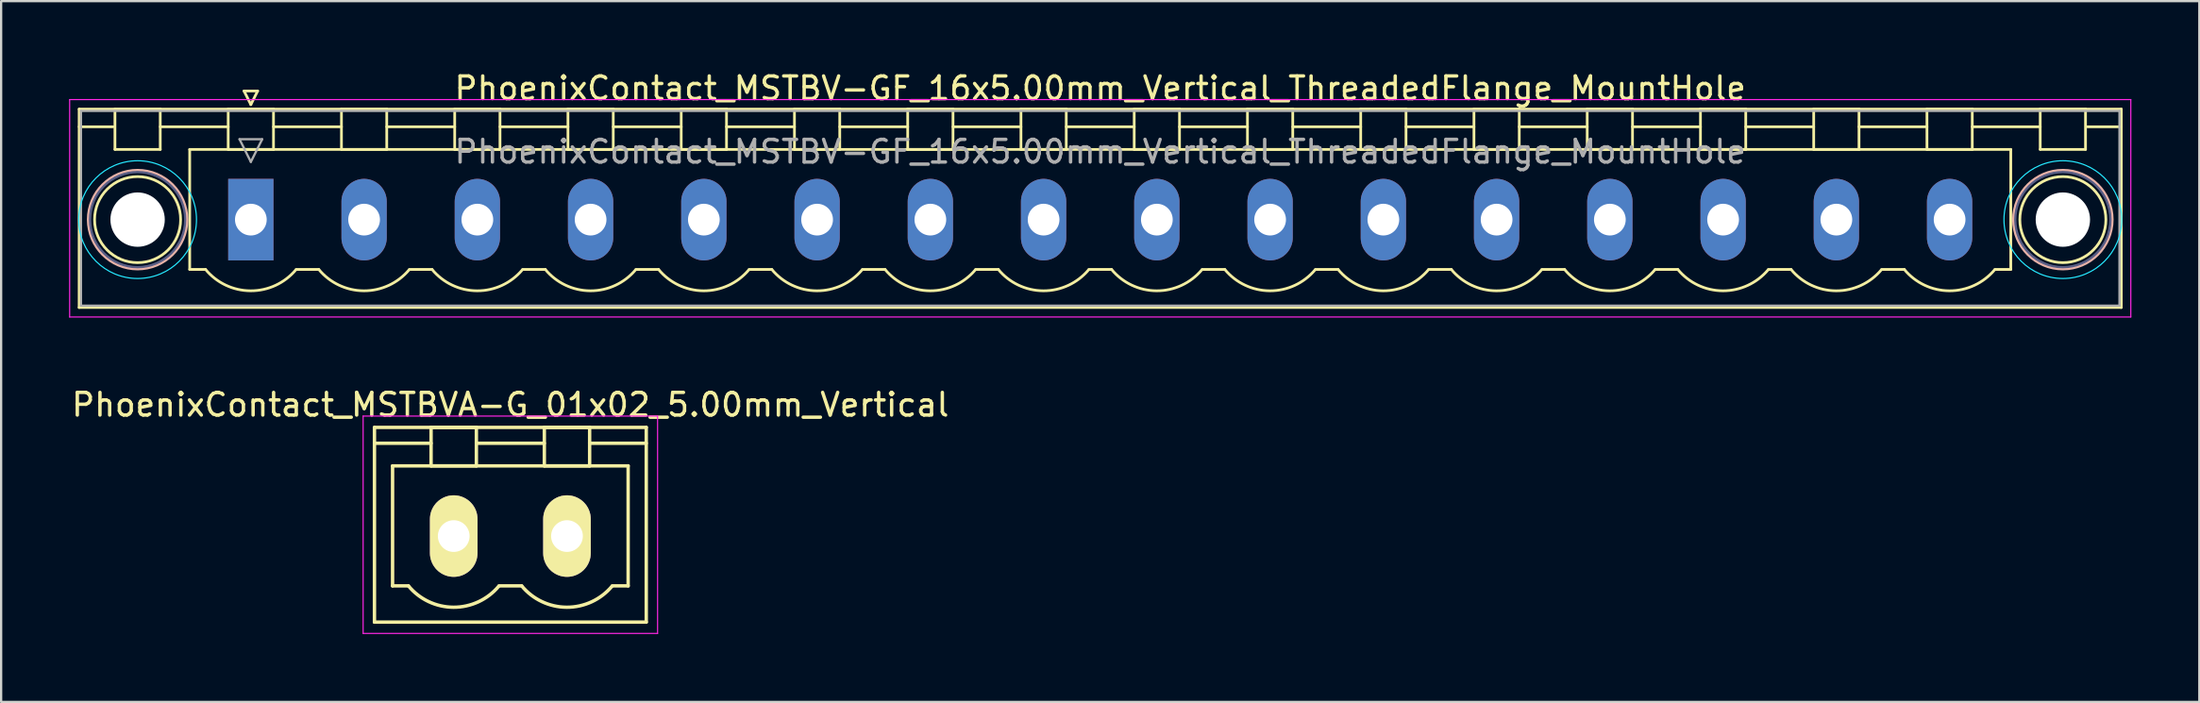
<source format=kicad_pcb>
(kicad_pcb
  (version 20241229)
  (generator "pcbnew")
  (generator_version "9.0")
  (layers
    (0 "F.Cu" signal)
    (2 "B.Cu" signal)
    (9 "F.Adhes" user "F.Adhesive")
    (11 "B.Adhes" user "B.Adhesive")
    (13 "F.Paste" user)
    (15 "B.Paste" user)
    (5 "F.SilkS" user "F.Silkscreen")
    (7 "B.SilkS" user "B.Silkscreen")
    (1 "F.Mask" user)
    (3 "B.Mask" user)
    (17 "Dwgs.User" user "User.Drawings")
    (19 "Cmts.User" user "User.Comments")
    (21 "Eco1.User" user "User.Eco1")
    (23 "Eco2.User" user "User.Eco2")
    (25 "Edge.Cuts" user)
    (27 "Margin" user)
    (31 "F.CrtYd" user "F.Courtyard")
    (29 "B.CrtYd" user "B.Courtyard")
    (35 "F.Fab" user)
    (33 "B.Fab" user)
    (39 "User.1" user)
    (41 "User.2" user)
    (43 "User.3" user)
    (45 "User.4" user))
  (footprint "PhoenixContact_MSTBV-GF_16x5.00mm_Vertical_ThreadedFlange_MountHole"
    (layer "F.Cu")
    (at 8.025 6.648)
    (property "Reference" "PhoenixContact_MSTBV-GF_16x5.00mm_Vertical_ThreadedFlange_MountHole" (at 37.5 -5.8 0) (layer "F.SilkS") (effects (font (size 1 1) (thickness 0.15))))
    (attr through_hole)
    (fp_line (start -7.58 -4.88) (end -7.58 3.88) (stroke (width 0.12) (type solid)) (layer "F.SilkS"))
    (fp_line (start -7.58 -4.1) (end -6.08 -4.1) (stroke (width 0.12) (type solid)) (layer "F.SilkS"))
    (fp_line (start -7.58 3.88) (end 82.58 3.88) (stroke (width 0.12) (type solid)) (layer "F.SilkS"))
    (fp_line (start -6 -4.88) (end -4 -4.88) (stroke (width 0.12) (type solid)) (layer "F.SilkS"))
    (fp_line (start -6 -3.1) (end -6 -4.88) (stroke (width 0.12) (type solid)) (layer "F.SilkS"))
    (fp_line (start -4 -4.88) (end -4 -3.1) (stroke (width 0.12) (type solid)) (layer "F.SilkS"))
    (fp_line (start -4 -4.1) (end -1 -4.1) (stroke (width 0.12) (type solid)) (layer "F.SilkS"))
    (fp_line (start -4 -3.1) (end -6 -3.1) (stroke (width 0.12) (type solid)) (layer "F.SilkS"))
    (fp_line (start -2.7 -3.1) (end 77.7 -3.1) (stroke (width 0.12) (type solid)) (layer "F.SilkS"))
    (fp_line (start -2.7 2.2) (end -2.7 -3.1) (stroke (width 0.12) (type solid)) (layer "F.SilkS"))
    (fp_line (start -2 2.2) (end -2.7 2.2) (stroke (width 0.12) (type solid)) (layer "F.SilkS"))
    (fp_line (start -1 -4.88) (end 1 -4.88) (stroke (width 0.12) (type solid)) (layer "F.SilkS"))
    (fp_line (start -1 -3.1) (end -1 -4.88) (stroke (width 0.12) (type solid)) (layer "F.SilkS"))
    (fp_line (start -0.3 -5.68) (end 0.3 -5.68) (stroke (width 0.12) (type solid)) (layer "F.SilkS"))
    (fp_line (start 0 -5.08) (end -0.3 -5.68) (stroke (width 0.12) (type solid)) (layer "F.SilkS"))
    (fp_line (start 0.3 -5.68) (end 0 -5.08) (stroke (width 0.12) (type solid)) (layer "F.SilkS"))
    (fp_line (start 1 -4.88) (end 1 -3.1) (stroke (width 0.12) (type solid)) (layer "F.SilkS"))
    (fp_line (start 1 -4.1) (end 4 -4.1) (stroke (width 0.12) (type solid)) (layer "F.SilkS"))
    (fp_line (start 1 -3.1) (end -1 -3.1) (stroke (width 0.12) (type solid)) (layer "F.SilkS"))
    (fp_line (start 2 2.2) (end 3 2.2) (stroke (width 0.12) (type solid)) (layer "F.SilkS"))
    (fp_line (start 4 -4.88) (end 6 -4.88) (stroke (width 0.12) (type solid)) (layer "F.SilkS"))
    (fp_line (start 4 -3.1) (end 4 -4.88) (stroke (width 0.12) (type solid)) (layer "F.SilkS"))
    (fp_line (start 6 -4.88) (end 6 -3.1) (stroke (width 0.12) (type solid)) (layer "F.SilkS"))
    (fp_line (start 6 -4.1) (end 9 -4.1) (stroke (width 0.12) (type solid)) (layer "F.SilkS"))
    (fp_line (start 6 -3.1) (end 4 -3.1) (stroke (width 0.12) (type solid)) (layer "F.SilkS"))
    (fp_line (start 7 2.2) (end 8 2.2) (stroke (width 0.12) (type solid)) (layer "F.SilkS"))
    (fp_line (start 9 -4.88) (end 11 -4.88) (stroke (width 0.12) (type solid)) (layer "F.SilkS"))
    (fp_line (start 9 -3.1) (end 9 -4.88) (stroke (width 0.12) (type solid)) (layer "F.SilkS"))
    (fp_line (start 11 -4.88) (end 11 -3.1) (stroke (width 0.12) (type solid)) (layer "F.SilkS"))
    (fp_line (start 11 -4.1) (end 14 -4.1) (stroke (width 0.12) (type solid)) (layer "F.SilkS"))
    (fp_line (start 11 -3.1) (end 9 -3.1) (stroke (width 0.12) (type solid)) (layer "F.SilkS"))
    (fp_line (start 12 2.2) (end 13 2.2) (stroke (width 0.12) (type solid)) (layer "F.SilkS"))
    (fp_line (start 14 -4.88) (end 16 -4.88) (stroke (width 0.12) (type solid)) (layer "F.SilkS"))
    (fp_line (start 14 -3.1) (end 14 -4.88) (stroke (width 0.12) (type solid)) (layer "F.SilkS"))
    (fp_line (start 16 -4.88) (end 16 -3.1) (stroke (width 0.12) (type solid)) (layer "F.SilkS"))
    (fp_line (start 16 -4.1) (end 19 -4.1) (stroke (width 0.12) (type solid)) (layer "F.SilkS"))
    (fp_line (start 16 -3.1) (end 14 -3.1) (stroke (width 0.12) (type solid)) (layer "F.SilkS"))
    (fp_line (start 17 2.2) (end 18 2.2) (stroke (width 0.12) (type solid)) (layer "F.SilkS"))
    (fp_line (start 19 -4.88) (end 21 -4.88) (stroke (width 0.12) (type solid)) (layer "F.SilkS"))
    (fp_line (start 19 -3.1) (end 19 -4.88) (stroke (width 0.12) (type solid)) (layer "F.SilkS"))
    (fp_line (start 21 -4.88) (end 21 -3.1) (stroke (width 0.12) (type solid)) (layer "F.SilkS"))
    (fp_line (start 21 -4.1) (end 24 -4.1) (stroke (width 0.12) (type solid)) (layer "F.SilkS"))
    (fp_line (start 21 -3.1) (end 19 -3.1) (stroke (width 0.12) (type solid)) (layer "F.SilkS"))
    (fp_line (start 22 2.2) (end 23 2.2) (stroke (width 0.12) (type solid)) (layer "F.SilkS"))
    (fp_line (start 24 -4.88) (end 26 -4.88) (stroke (width 0.12) (type solid)) (layer "F.SilkS"))
    (fp_line (start 24 -3.1) (end 24 -4.88) (stroke (width 0.12) (type solid)) (layer "F.SilkS"))
    (fp_line (start 26 -4.88) (end 26 -3.1) (stroke (width 0.12) (type solid)) (layer "F.SilkS"))
    (fp_line (start 26 -4.1) (end 29 -4.1) (stroke (width 0.12) (type solid)) (layer "F.SilkS"))
    (fp_line (start 26 -3.1) (end 24 -3.1) (stroke (width 0.12) (type solid)) (layer "F.SilkS"))
    (fp_line (start 27 2.2) (end 28 2.2) (stroke (width 0.12) (type solid)) (layer "F.SilkS"))
    (fp_line (start 29 -4.88) (end 31 -4.88) (stroke (width 0.12) (type solid)) (layer "F.SilkS"))
    (fp_line (start 29 -3.1) (end 29 -4.88) (stroke (width 0.12) (type solid)) (layer "F.SilkS"))
    (fp_line (start 31 -4.88) (end 31 -3.1) (stroke (width 0.12) (type solid)) (layer "F.SilkS"))
    (fp_line (start 31 -4.1) (end 34 -4.1) (stroke (width 0.12) (type solid)) (layer "F.SilkS"))
    (fp_line (start 31 -3.1) (end 29 -3.1) (stroke (width 0.12) (type solid)) (layer "F.SilkS"))
    (fp_line (start 32 2.2) (end 33 2.2) (stroke (width 0.12) (type solid)) (layer "F.SilkS"))
    (fp_line (start 34 -4.88) (end 36 -4.88) (stroke (width 0.12) (type solid)) (layer "F.SilkS"))
    (fp_line (start 34 -3.1) (end 34 -4.88) (stroke (width 0.12) (type solid)) (layer "F.SilkS"))
    (fp_line (start 36 -4.88) (end 36 -3.1) (stroke (width 0.12) (type solid)) (layer "F.SilkS"))
    (fp_line (start 36 -4.1) (end 39 -4.1) (stroke (width 0.12) (type solid)) (layer "F.SilkS"))
    (fp_line (start 36 -3.1) (end 34 -3.1) (stroke (width 0.12) (type solid)) (layer "F.SilkS"))
    (fp_line (start 37 2.2) (end 38 2.2) (stroke (width 0.12) (type solid)) (layer "F.SilkS"))
    (fp_line (start 39 -4.88) (end 41 -4.88) (stroke (width 0.12) (type solid)) (layer "F.SilkS"))
    (fp_line (start 39 -3.1) (end 39 -4.88) (stroke (width 0.12) (type solid)) (layer "F.SilkS"))
    (fp_line (start 41 -4.88) (end 41 -3.1) (stroke (width 0.12) (type solid)) (layer "F.SilkS"))
    (fp_line (start 41 -4.1) (end 44 -4.1) (stroke (width 0.12) (type solid)) (layer "F.SilkS"))
    (fp_line (start 41 -3.1) (end 39 -3.1) (stroke (width 0.12) (type solid)) (layer "F.SilkS"))
    (fp_line (start 42 2.2) (end 43 2.2) (stroke (width 0.12) (type solid)) (layer "F.SilkS"))
    (fp_line (start 44 -4.88) (end 46 -4.88) (stroke (width 0.12) (type solid)) (layer "F.SilkS"))
    (fp_line (start 44 -3.1) (end 44 -4.88) (stroke (width 0.12) (type solid)) (layer "F.SilkS"))
    (fp_line (start 46 -4.88) (end 46 -3.1) (stroke (width 0.12) (type solid)) (layer "F.SilkS"))
    (fp_line (start 46 -4.1) (end 49 -4.1) (stroke (width 0.12) (type solid)) (layer "F.SilkS"))
    (fp_line (start 46 -3.1) (end 44 -3.1) (stroke (width 0.12) (type solid)) (layer "F.SilkS"))
    (fp_line (start 47 2.2) (end 48 2.2) (stroke (width 0.12) (type solid)) (layer "F.SilkS"))
    (fp_line (start 49 -4.88) (end 51 -4.88) (stroke (width 0.12) (type solid)) (layer "F.SilkS"))
    (fp_line (start 49 -3.1) (end 49 -4.88) (stroke (width 0.12) (type solid)) (layer "F.SilkS"))
    (fp_line (start 51 -4.88) (end 51 -3.1) (stroke (width 0.12) (type solid)) (layer "F.SilkS"))
    (fp_line (start 51 -4.1) (end 54 -4.1) (stroke (width 0.12) (type solid)) (layer "F.SilkS"))
    (fp_line (start 51 -3.1) (end 49 -3.1) (stroke (width 0.12) (type solid)) (layer "F.SilkS"))
    (fp_line (start 52 2.2) (end 53 2.2) (stroke (width 0.12) (type solid)) (layer "F.SilkS"))
    (fp_line (start 54 -4.88) (end 56 -4.88) (stroke (width 0.12) (type solid)) (layer "F.SilkS"))
    (fp_line (start 54 -3.1) (end 54 -4.88) (stroke (width 0.12) (type solid)) (layer "F.SilkS"))
    (fp_line (start 56 -4.88) (end 56 -3.1) (stroke (width 0.12) (type solid)) (layer "F.SilkS"))
    (fp_line (start 56 -4.1) (end 59 -4.1) (stroke (width 0.12) (type solid)) (layer "F.SilkS"))
    (fp_line (start 56 -3.1) (end 54 -3.1) (stroke (width 0.12) (type solid)) (layer "F.SilkS"))
    (fp_line (start 57 2.2) (end 58 2.2) (stroke (width 0.12) (type solid)) (layer "F.SilkS"))
    (fp_line (start 59 -4.88) (end 61 -4.88) (stroke (width 0.12) (type solid)) (layer "F.SilkS"))
    (fp_line (start 59 -3.1) (end 59 -4.88) (stroke (width 0.12) (type solid)) (layer "F.SilkS"))
    (fp_line (start 61 -4.88) (end 61 -3.1) (stroke (width 0.12) (type solid)) (layer "F.SilkS"))
    (fp_line (start 61 -4.1) (end 64 -4.1) (stroke (width 0.12) (type solid)) (layer "F.SilkS"))
    (fp_line (start 61 -3.1) (end 59 -3.1) (stroke (width 0.12) (type solid)) (layer "F.SilkS"))
    (fp_line (start 62 2.2) (end 63 2.2) (stroke (width 0.12) (type solid)) (layer "F.SilkS"))
    (fp_line (start 64 -4.88) (end 66 -4.88) (stroke (width 0.12) (type solid)) (layer "F.SilkS"))
    (fp_line (start 64 -3.1) (end 64 -4.88) (stroke (width 0.12) (type solid)) (layer "F.SilkS"))
    (fp_line (start 66 -4.88) (end 66 -3.1) (stroke (width 0.12) (type solid)) (layer "F.SilkS"))
    (fp_line (start 66 -4.1) (end 69 -4.1) (stroke (width 0.12) (type solid)) (layer "F.SilkS"))
    (fp_line (start 66 -3.1) (end 64 -3.1) (stroke (width 0.12) (type solid)) (layer "F.SilkS"))
    (fp_line (start 67 2.2) (end 68 2.2) (stroke (width 0.12) (type solid)) (layer "F.SilkS"))
    (fp_line (start 69 -4.88) (end 71 -4.88) (stroke (width 0.12) (type solid)) (layer "F.SilkS"))
    (fp_line (start 69 -3.1) (end 69 -4.88) (stroke (width 0.12) (type solid)) (layer "F.SilkS"))
    (fp_line (start 71 -4.88) (end 71 -3.1) (stroke (width 0.12) (type solid)) (layer "F.SilkS"))
    (fp_line (start 71 -4.1) (end 74 -4.1) (stroke (width 0.12) (type solid)) (layer "F.SilkS"))
    (fp_line (start 71 -3.1) (end 69 -3.1) (stroke (width 0.12) (type solid)) (layer "F.SilkS"))
    (fp_line (start 72 2.2) (end 73 2.2) (stroke (width 0.12) (type solid)) (layer "F.SilkS"))
    (fp_line (start 74 -4.88) (end 76 -4.88) (stroke (width 0.12) (type solid)) (layer "F.SilkS"))
    (fp_line (start 74 -3.1) (end 74 -4.88) (stroke (width 0.12) (type solid)) (layer "F.SilkS"))
    (fp_line (start 76 -4.88) (end 76 -3.1) (stroke (width 0.12) (type solid)) (layer "F.SilkS"))
    (fp_line (start 76 -4.1) (end 79 -4.1) (stroke (width 0.12) (type solid)) (layer "F.SilkS"))
    (fp_line (start 76 -3.1) (end 74 -3.1) (stroke (width 0.12) (type solid)) (layer "F.SilkS"))
    (fp_line (start 77.7 -3.1) (end 77.7 2.2) (stroke (width 0.12) (type solid)) (layer "F.SilkS"))
    (fp_line (start 77.7 2.2) (end 77 2.2) (stroke (width 0.12) (type solid)) (layer "F.SilkS"))
    (fp_line (start 79 -4.88) (end 81 -4.88) (stroke (width 0.12) (type solid)) (layer "F.SilkS"))
    (fp_line (start 79 -3.1) (end 79 -4.88) (stroke (width 0.12) (type solid)) (layer "F.SilkS"))
    (fp_line (start 81 -4.88) (end 81 -3.1) (stroke (width 0.12) (type solid)) (layer "F.SilkS"))
    (fp_line (start 81 -3.1) (end 79 -3.1) (stroke (width 0.12) (type solid)) (layer "F.SilkS"))
    (fp_line (start 82.58 -4.88) (end -7.58 -4.88) (stroke (width 0.12) (type solid)) (layer "F.SilkS"))
    (fp_line (start 82.58 -4.1) (end 81.08 -4.1) (stroke (width 0.12) (type solid)) (layer "F.SilkS"))
    (fp_line (start 82.58 3.88) (end 82.58 -4.88) (stroke (width 0.12) (type solid)) (layer "F.SilkS"))
    (fp_arc (start 1.986842 2.215821) (mid -0.010289 3.142758) (end -2 2.2) (stroke (width 0.12) (type solid)) (layer "F.SilkS"))
    (fp_arc (start 6.986842 2.215821) (mid 4.989711 3.142758) (end 3 2.2) (stroke (width 0.12) (type solid)) (layer "F.SilkS"))
    (fp_arc (start 11.986842 2.215821) (mid 9.989711 3.142758) (end 8 2.2) (stroke (width 0.12) (type solid)) (layer "F.SilkS"))
    (fp_arc (start 16.986842 2.215821) (mid 14.989711 3.142758) (end 13 2.2) (stroke (width 0.12) (type solid)) (layer "F.SilkS"))
    (fp_arc (start 21.986842 2.215821) (mid 19.989711 3.142758) (end 18 2.2) (stroke (width 0.12) (type solid)) (layer "F.SilkS"))
    (fp_arc (start 26.986842 2.215821) (mid 24.989711 3.142758) (end 23 2.2) (stroke (width 0.12) (type solid)) (layer "F.SilkS"))
    (fp_arc (start 31.986842 2.215821) (mid 29.989711 3.142758) (end 28 2.2) (stroke (width 0.12) (type solid)) (layer "F.SilkS"))
    (fp_arc (start 36.986842 2.215821) (mid 34.989711 3.142758) (end 33 2.2) (stroke (width 0.12) (type solid)) (layer "F.SilkS"))
    (fp_arc (start 41.986842 2.215821) (mid 39.989711 3.142758) (end 38 2.2) (stroke (width 0.12) (type solid)) (layer "F.SilkS"))
    (fp_arc (start 46.986842 2.215821) (mid 44.989711 3.142758) (end 43 2.2) (stroke (width 0.12) (type solid)) (layer "F.SilkS"))
    (fp_arc (start 51.986842 2.215821) (mid 49.989711 3.142758) (end 48 2.2) (stroke (width 0.12) (type solid)) (layer "F.SilkS"))
    (fp_arc (start 56.986842 2.215821) (mid 54.989711 3.142758) (end 53 2.2) (stroke (width 0.12) (type solid)) (layer "F.SilkS"))
    (fp_arc (start 61.986842 2.215821) (mid 59.989711 3.142758) (end 58 2.2) (stroke (width 0.12) (type solid)) (layer "F.SilkS"))
    (fp_arc (start 66.986842 2.215821) (mid 64.989711 3.142758) (end 63 2.2) (stroke (width 0.12) (type solid)) (layer "F.SilkS"))
    (fp_arc (start 71.986842 2.215821) (mid 69.989711 3.142758) (end 68 2.2) (stroke (width 0.12) (type solid)) (layer "F.SilkS"))
    (fp_arc (start 76.986842 2.215821) (mid 74.989711 3.142758) (end 73 2.2) (stroke (width 0.12) (type solid)) (layer "F.SilkS"))
    (fp_circle (center -5 0) (end -3.1 0) (stroke (width 0.12) (type solid)) (fill no) (layer "F.SilkS"))
    (fp_circle (center 80 0) (end 81.9 0) (stroke (width 0.12) (type solid)) (fill no) (layer "F.SilkS"))
    (fp_circle (center -5 0) (end -2.82 0) (stroke (width 0.12) (type solid)) (fill no) (layer "B.SilkS"))
    (fp_circle (center 80 0) (end 82.18 0) (stroke (width 0.12) (type solid)) (fill no) (layer "B.SilkS"))
    (fp_circle (center -5 0) (end -2.4 0) (stroke (width 0.05) (type solid)) (fill no) (layer "B.CrtYd"))
    (fp_circle (center 80 0) (end 82.6 0) (stroke (width 0.05) (type solid)) (fill no) (layer "B.CrtYd"))
    (fp_line (start -8 -5.3) (end -8 4.3) (stroke (width 0.05) (type solid)) (layer "F.CrtYd"))
    (fp_line (start -8 4.3) (end 83 4.3) (stroke (width 0.05) (type solid)) (layer "F.CrtYd"))
    (fp_line (start 83 -5.3) (end -8 -5.3) (stroke (width 0.05) (type solid)) (layer "F.CrtYd"))
    (fp_line (start 83 4.3) (end 83 -5.3) (stroke (width 0.05) (type solid)) (layer "F.CrtYd"))
    (fp_circle (center -5 0) (end -2.9 0) (stroke (width 0.1) (type solid)) (fill no) (layer "B.Fab"))
    (fp_circle (center 80 0) (end 82.1 0) (stroke (width 0.1) (type solid)) (fill no) (layer "B.Fab"))
    (fp_line (start -7.5 -4.8) (end -7.5 3.8) (stroke (width 0.1) (type solid)) (layer "F.Fab"))
    (fp_line (start -7.5 3.8) (end 82.5 3.8) (stroke (width 0.1) (type solid)) (layer "F.Fab"))
    (fp_line (start -0.5 -3.55) (end 0.5 -3.55) (stroke (width 0.1) (type solid)) (layer "F.Fab"))
    (fp_line (start 0 -2.55) (end -0.5 -3.55) (stroke (width 0.1) (type solid)) (layer "F.Fab"))
    (fp_line (start 0.5 -3.55) (end 0 -2.55) (stroke (width 0.1) (type solid)) (layer "F.Fab"))
    (fp_line (start 82.5 -4.8) (end -7.5 -4.8) (stroke (width 0.1) (type solid)) (layer "F.Fab"))
    (fp_line (start 82.5 3.8) (end 82.5 -4.8) (stroke (width 0.1) (type solid)) (layer "F.Fab"))
    (fp_text user "${REFERENCE}" (at 37.5 -3 0) (layer "F.Fab") (effects (font (size 1 1) (thickness 0.15))))
    (pad "" np_thru_hole circle (at -5 0) (size 2.4 2.4) (drill 2.4) (layers "*.Cu" "*.Mask"))
    (pad "" np_thru_hole circle (at 80 0) (size 2.4 2.4) (drill 2.4) (layers "*.Cu" "*.Mask"))
    (pad "1" thru_hole rect (at 0 0) (size 2 3.6) (drill 1.4) (layers "*.Cu" "*.Mask"))
    (pad "2" thru_hole oval (at 5 0) (size 2 3.6) (drill 1.4) (layers "*.Cu" "*.Mask"))
    (pad "3" thru_hole oval (at 10 0) (size 2 3.6) (drill 1.4) (layers "*.Cu" "*.Mask"))
    (pad "4" thru_hole oval (at 15 0) (size 2 3.6) (drill 1.4) (layers "*.Cu" "*.Mask"))
    (pad "5" thru_hole oval (at 20 0) (size 2 3.6) (drill 1.4) (layers "*.Cu" "*.Mask"))
    (pad "6" thru_hole oval (at 25 0) (size 2 3.6) (drill 1.4) (layers "*.Cu" "*.Mask"))
    (pad "7" thru_hole oval (at 30 0) (size 2 3.6) (drill 1.4) (layers "*.Cu" "*.Mask"))
    (pad "8" thru_hole oval (at 35 0) (size 2 3.6) (drill 1.4) (layers "*.Cu" "*.Mask"))
    (pad "9" thru_hole oval (at 40 0) (size 2 3.6) (drill 1.4) (layers "*.Cu" "*.Mask"))
    (pad "10" thru_hole oval (at 45 0) (size 2 3.6) (drill 1.4) (layers "*.Cu" "*.Mask"))
    (pad "11" thru_hole oval (at 50 0) (size 2 3.6) (drill 1.4) (layers "*.Cu" "*.Mask"))
    (pad "12" thru_hole oval (at 55 0) (size 2 3.6) (drill 1.4) (layers "*.Cu" "*.Mask"))
    (pad "13" thru_hole oval (at 60 0) (size 2 3.6) (drill 1.4) (layers "*.Cu" "*.Mask"))
    (pad "14" thru_hole oval (at 65 0) (size 2 3.6) (drill 1.4) (layers "*.Cu" "*.Mask"))
    (pad "15" thru_hole oval (at 70 0) (size 2 3.6) (drill 1.4) (layers "*.Cu" "*.Mask"))
    (pad "16" thru_hole oval (at 75 0) (size 2 3.6) (drill 1.4) (layers "*.Cu" "*.Mask")))
  (footprint "PhoenixContact_MSTBVA-G_01x02_5.00mm_Vertical"
    (layer "F.Cu")
    (at 16.982 20.622)
    (property "Reference" "PhoenixContact_MSTBVA-G_01x02_5.00mm_Vertical" (at 2.5 -5.8 0) (layer "F.SilkS") (effects (font (size 1 1) (thickness 0.15))))
    (attr through_hole)
    (fp_line (start -3.5 -4.8) (end -3.5 3.8) (stroke (width 0.15) (type solid)) (layer "F.SilkS"))
    (fp_line (start -3.5 -4.1) (end -1 -4.1) (stroke (width 0.15) (type solid)) (layer "F.SilkS"))
    (fp_line (start -3.5 3.8) (end 8.5 3.8) (stroke (width 0.15) (type solid)) (layer "F.SilkS"))
    (fp_line (start -2.7 -3.1) (end 7.7 -3.1) (stroke (width 0.15) (type solid)) (layer "F.SilkS"))
    (fp_line (start -2.7 2.2) (end -2.7 -3.1) (stroke (width 0.15) (type solid)) (layer "F.SilkS"))
    (fp_line (start -2 2.2) (end -2.7 2.2) (stroke (width 0.15) (type solid)) (layer "F.SilkS"))
    (fp_line (start -1 -4.8) (end 1 -4.8) (stroke (width 0.15) (type solid)) (layer "F.SilkS"))
    (fp_line (start -1 -3.1) (end -1 -4.8) (stroke (width 0.15) (type solid)) (layer "F.SilkS"))
    (fp_line (start 1 -4.8) (end 1 -3.1) (stroke (width 0.15) (type solid)) (layer "F.SilkS"))
    (fp_line (start 1 -4.1) (end 4 -4.1) (stroke (width 0.15) (type solid)) (layer "F.SilkS"))
    (fp_line (start 1 -3.1) (end -1 -3.1) (stroke (width 0.15) (type solid)) (layer "F.SilkS"))
    (fp_line (start 2 2.2) (end 3 2.2) (stroke (width 0.15) (type solid)) (layer "F.SilkS"))
    (fp_line (start 4 -4.8) (end 6 -4.8) (stroke (width 0.15) (type solid)) (layer "F.SilkS"))
    (fp_line (start 4 -3.1) (end 4 -4.8) (stroke (width 0.15) (type solid)) (layer "F.SilkS"))
    (fp_line (start 6 -4.8) (end 6 -3.1) (stroke (width 0.15) (type solid)) (layer "F.SilkS"))
    (fp_line (start 6 -3.1) (end 4 -3.1) (stroke (width 0.15) (type solid)) (layer "F.SilkS"))
    (fp_line (start 7.7 -3.1) (end 7.7 2.2) (stroke (width 0.15) (type solid)) (layer "F.SilkS"))
    (fp_line (start 7.7 2.2) (end 7 2.2) (stroke (width 0.15) (type solid)) (layer "F.SilkS"))
    (fp_line (start 8.5 -4.8) (end -3.5 -4.8) (stroke (width 0.15) (type solid)) (layer "F.SilkS"))
    (fp_line (start 8.5 -4.1) (end 6 -4.1) (stroke (width 0.15) (type solid)) (layer "F.SilkS"))
    (fp_line (start 8.5 3.8) (end 8.5 -4.8) (stroke (width 0.15) (type solid)) (layer "F.SilkS"))
    (fp_arc (start 1.986842 2.215821) (mid -0.010289 3.142758) (end -2 2.2) (stroke (width 0.15) (type solid)) (layer "F.SilkS"))
    (fp_arc (start 6.986842 2.215821) (mid 4.989711 3.142758) (end 3 2.2) (stroke (width 0.15) (type solid)) (layer "F.SilkS"))
    (fp_line (start -4 -5.3) (end -4 4.3) (stroke (width 0.05) (type solid)) (layer "F.CrtYd"))
    (fp_line (start -4 4.3) (end 9 4.3) (stroke (width 0.05) (type solid)) (layer "F.CrtYd"))
    (fp_line (start 9 -5.3) (end -4 -5.3) (stroke (width 0.05) (type solid)) (layer "F.CrtYd"))
    (fp_line (start 9 4.3) (end 9 -5.3) (stroke (width 0.05) (type solid)) (layer "F.CrtYd"))
    (pad "1" thru_hole oval (at 0 0) (size 2.1 3.6) (drill 1.4) (layers "*.Cu" "*.Mask" "F.SilkS"))
    (pad "2" thru_hole oval (at 5 0) (size 2.1 3.6) (drill 1.4) (layers "*.Cu" "*.Mask" "F.SilkS")))
  (gr_rect
    (start -3 -3)
    (end 94.05 27.947)
    (stroke (width 0.1) (type default))
    (fill no)
    (layer "Edge.Cuts")))
</source>
